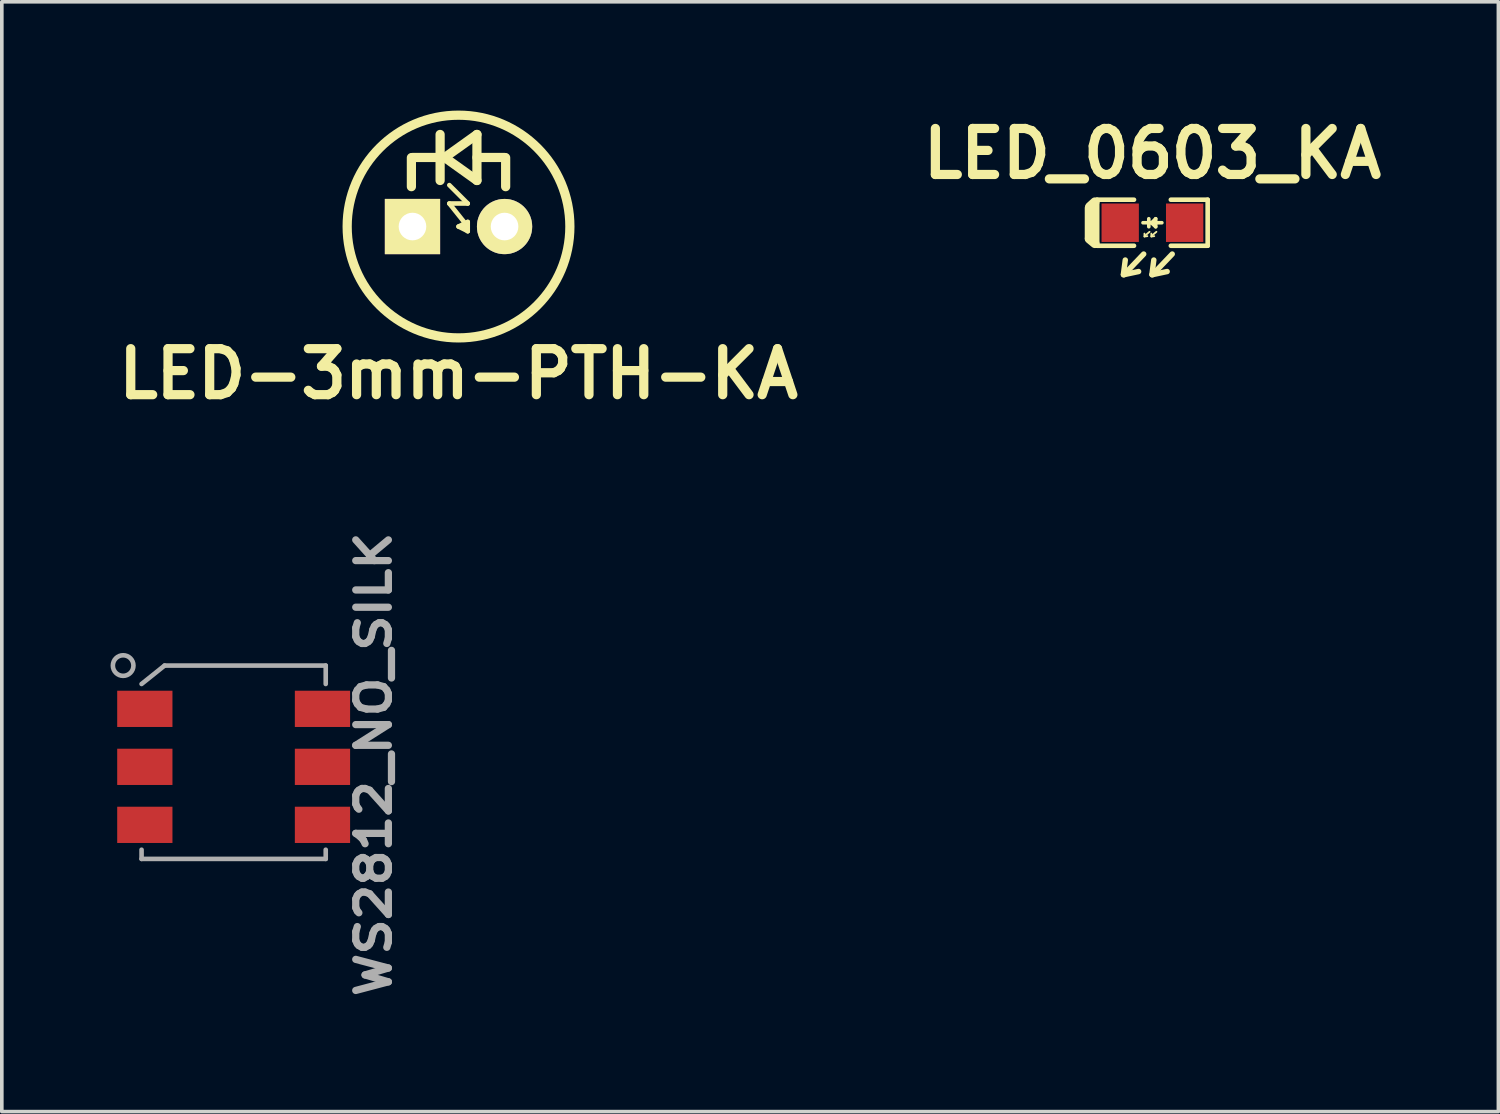
<source format=kicad_pcb>
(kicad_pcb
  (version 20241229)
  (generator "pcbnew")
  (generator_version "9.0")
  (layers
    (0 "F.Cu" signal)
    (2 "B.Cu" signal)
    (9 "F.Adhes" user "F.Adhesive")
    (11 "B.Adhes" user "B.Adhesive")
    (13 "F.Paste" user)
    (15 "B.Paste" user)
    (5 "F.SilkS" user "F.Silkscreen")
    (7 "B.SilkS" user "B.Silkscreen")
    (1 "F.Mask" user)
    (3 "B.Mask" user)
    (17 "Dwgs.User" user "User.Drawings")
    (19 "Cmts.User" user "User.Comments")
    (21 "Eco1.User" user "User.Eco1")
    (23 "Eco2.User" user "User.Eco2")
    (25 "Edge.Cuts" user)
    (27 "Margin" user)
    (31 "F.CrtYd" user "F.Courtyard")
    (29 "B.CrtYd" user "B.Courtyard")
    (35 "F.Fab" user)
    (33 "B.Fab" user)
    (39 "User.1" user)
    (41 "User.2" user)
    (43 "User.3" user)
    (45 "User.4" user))
  (footprint "WS2812_NO_SILK"
    (layer "F.Cu")
    (at 3.395 18.103)
    (property "Reference" "WS2812_NO_SILK" (at 3.862 -0.07 90) (layer "F.Fab") (effects (font (size 0.9 1) (thickness 0.2))))
    (attr smd)
    (fp_line (start -2.54 -2.286) (end -1.905 -2.794) (stroke (width 0.127) (type solid)) (layer "F.Fab"))
    (fp_line (start -2.54 2.54) (end -2.54 2.286) (stroke (width 0.127) (type solid)) (layer "F.Fab"))
    (fp_line (start -1.905 -2.794) (end 2.54 -2.794) (stroke (width 0.127) (type solid)) (layer "F.Fab"))
    (fp_line (start 2.54 -2.794) (end 2.54 -2.286) (stroke (width 0.127) (type solid)) (layer "F.Fab"))
    (fp_line (start 2.54 2.286) (end 2.54 2.54) (stroke (width 0.127) (type solid)) (layer "F.Fab"))
    (fp_line (start 2.54 2.54) (end -2.54 2.54) (stroke (width 0.127) (type solid)) (layer "F.Fab"))
    (fp_circle (center -3.048 -2.794) (end -2.921 -2.54) (stroke (width 0.127) (type solid)) (fill no) (layer "F.Fab"))
    (pad "1" smd rect (at -2.45 -1.6 90) (size 1 1.524) (layers "F.Cu" "F.Mask" "F.Paste"))
    (pad "2" smd rect (at -2.45 0 90) (size 1 1.524) (layers "F.Cu" "F.Mask" "F.Paste"))
    (pad "3" smd rect (at -2.45 1.6 90) (size 1 1.524) (layers "F.Cu" "F.Mask" "F.Paste"))
    (pad "4" smd rect (at 2.45 1.6 90) (size 1 1.524) (layers "F.Cu" "F.Mask" "F.Paste"))
    (pad "5" smd rect (at 2.45 0 90) (size 1 1.524) (layers "F.Cu" "F.Mask" "F.Paste"))
    (pad "6" smd rect (at 2.45 -1.6 90) (size 1 1.524) (layers "F.Cu" "F.Mask" "F.Paste")))
  (footprint "LED_0603_KA"
    (layer "F.Cu")
    (at 28.739 3.094)
    (property "Reference" "LED_0603_KA" (at 0 -1.905 0) (layer "F.SilkS") (effects (font (size 1.27 1.27) (thickness 0.254))))
    (attr smd)
    (fp_line (start -1.74 0.419) (end -1.74 -0.406) (stroke (width 0.254) (type solid)) (layer "F.SilkS"))
    (fp_line (start -1.613 0.445) (end -1.613 -0.356) (stroke (width 0.254) (type solid)) (layer "F.SilkS"))
    (fp_line (start -1.587 -0.572) (end -1.727 -0.445) (stroke (width 0.254) (type solid)) (layer "F.SilkS"))
    (fp_line (start -1.587 0.572) (end -1.74 0.445) (stroke (width 0.254) (type solid)) (layer "F.SilkS"))
    (fp_line (start -1.524 -0.635) (end -0.508 -0.635) (stroke (width 0.127) (type solid)) (layer "F.SilkS"))
    (fp_line (start -1.524 0.635) (end -1.524 -0.635) (stroke (width 0.127) (type solid)) (layer "F.SilkS"))
    (fp_line (start -0.8 1.422) (end -0.749 1.029) (stroke (width 0.15) (type solid)) (layer "F.SilkS"))
    (fp_line (start -0.8 1.435) (end -0.381 1.346) (stroke (width 0.15) (type solid)) (layer "F.SilkS"))
    (fp_line (start -0.508 0.635) (end -1.524 0.635) (stroke (width 0.127) (type solid)) (layer "F.SilkS"))
    (fp_line (start -0.241 0.864) (end -0.787 1.435) (stroke (width 0.15) (type solid)) (layer "F.SilkS"))
    (fp_line (start -0.22 0.38) (end -0.22 0.3) (stroke (width 0.05) (type solid)) (layer "F.SilkS"))
    (fp_line (start -0.22 0.38) (end -0.14 0.37) (stroke (width 0.05) (type solid)) (layer "F.SilkS"))
    (fp_line (start -0.1 0.11) (end -0.1 -0.11) (stroke (width 0.1) (type solid)) (layer "F.SilkS"))
    (fp_line (start -0.08 0.25) (end -0.21 0.36) (stroke (width 0.05) (type solid)) (layer "F.SilkS"))
    (fp_line (start -0.03 0.38) (end -0.03 0.3) (stroke (width 0.05) (type solid)) (layer "F.SilkS"))
    (fp_line (start -0.03 0.38) (end 0.05 0.37) (stroke (width 0.05) (type solid)) (layer "F.SilkS"))
    (fp_line (start -0.013 1.422) (end 0.038 1.029) (stroke (width 0.15) (type solid)) (layer "F.SilkS"))
    (fp_line (start -0.013 1.435) (end 0.406 1.346) (stroke (width 0.15) (type solid)) (layer "F.SilkS"))
    (fp_line (start 0.09 -0.11) (end -0.01 -0.01) (stroke (width 0.1) (type solid)) (layer "F.SilkS"))
    (fp_line (start 0.09 0.11) (end -0.02 0.01) (stroke (width 0.1) (type solid)) (layer "F.SilkS"))
    (fp_line (start 0.09 0.11) (end 0.09 -0.11) (stroke (width 0.1) (type solid)) (layer "F.SilkS"))
    (fp_line (start 0.11 0.25) (end -0.02 0.36) (stroke (width 0.05) (type solid)) (layer "F.SilkS"))
    (fp_line (start 0.26 0) (end -0.26 0) (stroke (width 0.1) (type solid)) (layer "F.SilkS"))
    (fp_line (start 0.546 0.864) (end 0 1.435) (stroke (width 0.15) (type solid)) (layer "F.SilkS"))
    (fp_line (start 1.524 -0.635) (end 0.508 -0.635) (stroke (width 0.127) (type solid)) (layer "F.SilkS"))
    (fp_line (start 1.524 0.635) (end 0.508 0.635) (stroke (width 0.127) (type solid)) (layer "F.SilkS"))
    (fp_line (start 1.524 0.635) (end 1.524 -0.635) (stroke (width 0.127) (type solid)) (layer "F.SilkS"))
    (pad "1" smd rect (at -0.889 0 180) (size 1.03 1.06) (layers "F.Cu" "F.Mask" "F.Paste"))
    (pad "2" smd rect (at 0.889 0 180) (size 1.03 1.06) (layers "F.Cu" "F.Mask" "F.Paste")))
  (footprint "LED-3mm-PTH-KA"
    (layer "F.Cu")
    (at 9.598 3.199)
    (property "Reference" "LED-3mm-PTH-KA" (at 0 4.064 0) (layer "F.SilkS") (effects (font (size 1.27 1.27) (thickness 0.254))))
    (attr smd)
    (fp_line (start -1.3 -1.9) (end -1.3 -1.1) (stroke (width 0.254) (type solid)) (layer "F.SilkS"))
    (fp_line (start -1.27 -1.905) (end -0.508 -1.905) (stroke (width 0.254) (type solid)) (layer "F.SilkS"))
    (fp_line (start -0.508 -1.27) (end -0.508 -2.54) (stroke (width 0.254) (type solid)) (layer "F.SilkS"))
    (fp_line (start -0.381 -1.905) (end 0.508 -2.54) (stroke (width 0.254) (type solid)) (layer "F.SilkS"))
    (fp_line (start -0.254 -1.143) (end 0.254 -0.635) (stroke (width 0.127) (type solid)) (layer "F.SilkS"))
    (fp_line (start -0.254 -0.635) (end 0.254 0) (stroke (width 0.127) (type solid)) (layer "F.SilkS"))
    (fp_line (start 0 0) (end 0.254 0.127) (stroke (width 0.127) (type solid)) (layer "F.SilkS"))
    (fp_line (start 0.254 -0.635) (end -0.254 -0.635) (stroke (width 0.127) (type solid)) (layer "F.SilkS"))
    (fp_line (start 0.254 -0.127) (end 0 0) (stroke (width 0.127) (type solid)) (layer "F.SilkS"))
    (fp_line (start 0.254 0) (end 0.254 -0.127) (stroke (width 0.127) (type solid)) (layer "F.SilkS"))
    (fp_line (start 0.254 0) (end 0.254 0.127) (stroke (width 0.127) (type solid)) (layer "F.SilkS"))
    (fp_line (start 0.254 0.127) (end 0.127 0) (stroke (width 0.127) (type solid)) (layer "F.SilkS"))
    (fp_line (start 0.508 -2.54) (end 0.508 -1.27) (stroke (width 0.254) (type solid)) (layer "F.SilkS"))
    (fp_line (start 0.508 -1.905) (end 1.27 -1.905) (stroke (width 0.254) (type solid)) (layer "F.SilkS"))
    (fp_line (start 0.508 -1.27) (end -0.381 -1.905) (stroke (width 0.254) (type solid)) (layer "F.SilkS"))
    (fp_line (start 1.3 -1.9) (end 1.3 -1.1) (stroke (width 0.254) (type solid)) (layer "F.SilkS"))
    (fp_circle (center 0 0) (end 3.048 0.381) (stroke (width 0.254) (type solid)) (fill no) (layer "F.SilkS"))
    (pad "1" thru_hole rect (at -1.27 0) (size 1.524 1.524) (drill 0.762) (layers "*.Cu" "*.Mask" "F.SilkS"))
    (pad "2" thru_hole circle (at 1.27 0) (size 1.524 1.524) (drill 0.762) (layers "*.Cu" "*.Mask" "F.SilkS")))
  (gr_rect
    (start -3 -3)
    (end 38.282 27.613)
    (stroke (width 0.1) (type default))
    (fill no)
    (layer "Edge.Cuts")))
</source>
